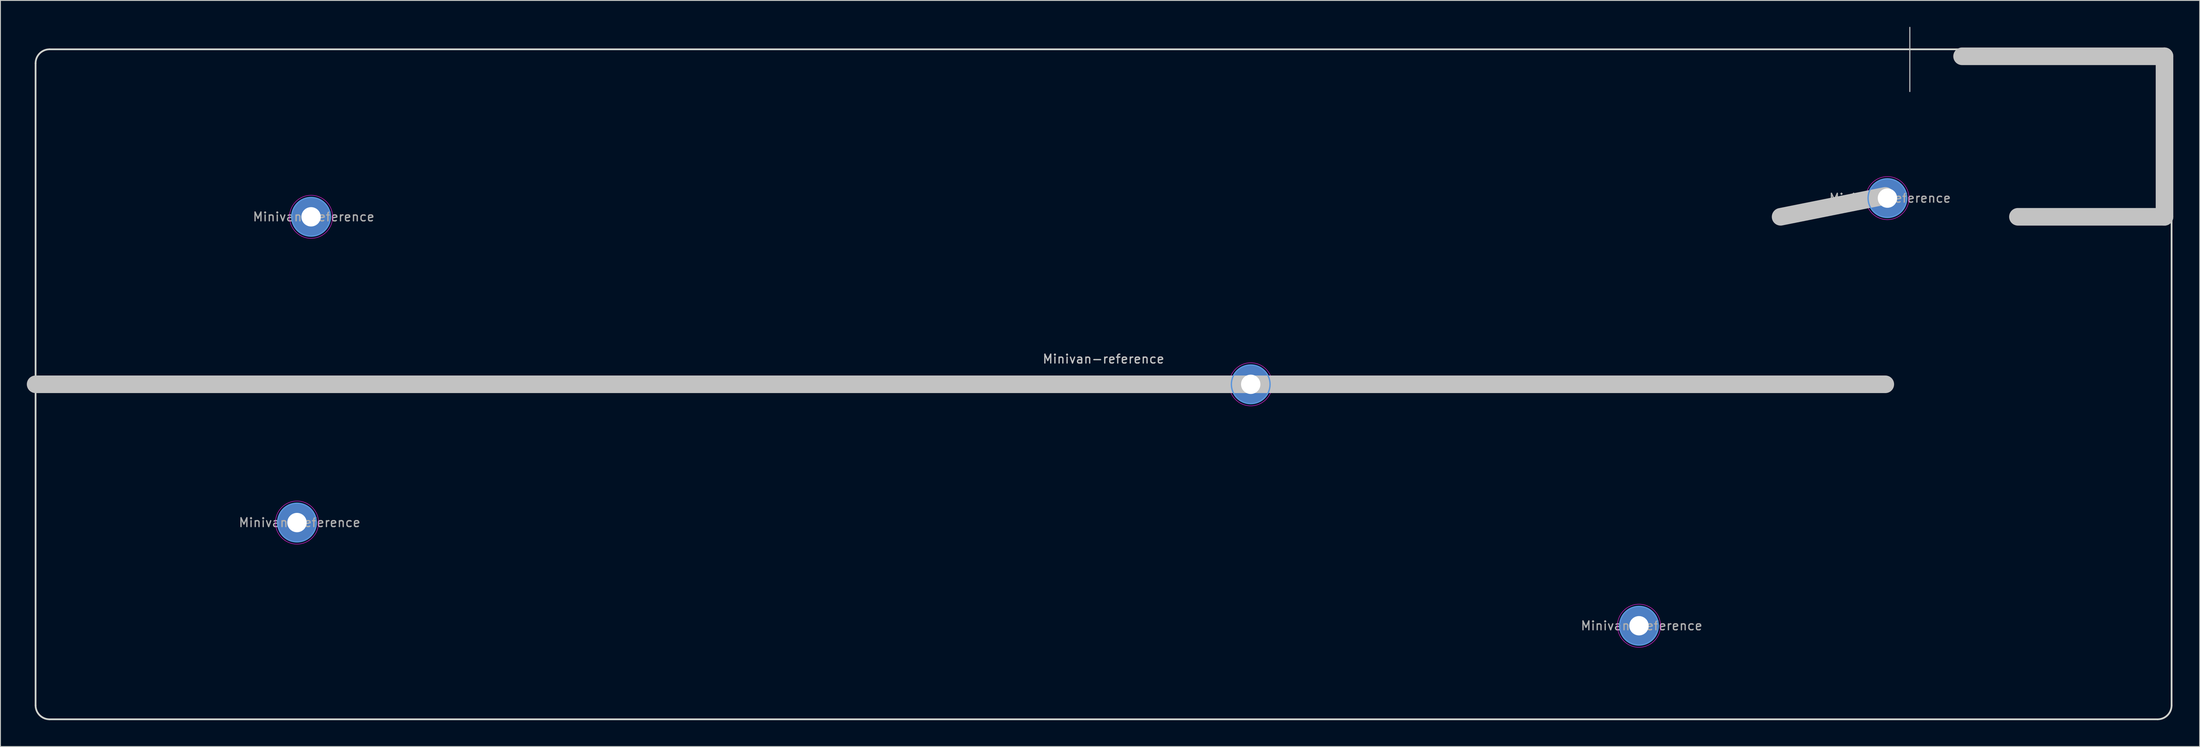
<source format=kicad_pcb>
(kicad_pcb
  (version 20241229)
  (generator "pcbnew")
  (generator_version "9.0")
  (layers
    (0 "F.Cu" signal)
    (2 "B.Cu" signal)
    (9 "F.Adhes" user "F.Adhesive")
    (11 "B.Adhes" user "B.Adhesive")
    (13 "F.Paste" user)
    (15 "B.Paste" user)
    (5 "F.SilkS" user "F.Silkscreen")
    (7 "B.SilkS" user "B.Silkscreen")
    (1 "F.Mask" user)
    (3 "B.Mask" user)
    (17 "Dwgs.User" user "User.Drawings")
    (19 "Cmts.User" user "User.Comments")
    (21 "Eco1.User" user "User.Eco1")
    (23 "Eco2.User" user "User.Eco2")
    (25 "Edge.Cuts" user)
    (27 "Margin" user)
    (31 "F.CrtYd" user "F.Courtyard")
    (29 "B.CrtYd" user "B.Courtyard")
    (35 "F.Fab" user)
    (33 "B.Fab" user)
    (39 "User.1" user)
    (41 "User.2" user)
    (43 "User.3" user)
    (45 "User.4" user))
  (footprint "Minivan-reference"
    (layer "F.Cu")
    (at 122.43 38.276)
    (property "Reference" "Minivan-reference" (at 0 -0.5 0) (unlocked yes) (layer "Dwgs.User") (effects (font (size 1 1) (thickness 0.15))))
    (fp_line (start -121.43 2.38) (end 88.9 2.38) (stroke (width 2) (type solid)) (layer "Dwgs.User"))
    (fp_line (start 76.995 -16.669) (end 88.9 -19.05) (stroke (width 2) (type solid)) (layer "Dwgs.User"))
    (fp_line (start 91.688 -38.216) (end 91.688 -30.916) (stroke (width 0.12) (type solid)) (layer "Dwgs.User"))
    (fp_line (start 120.648 -34.924) (end 97.631 -34.924) (stroke (width 2) (type solid)) (layer "Dwgs.User"))
    (fp_line (start 120.648 -16.669) (end 103.98 -16.669) (stroke (width 2) (type solid)) (layer "Dwgs.User"))
    (fp_line (start 120.648 -16.669) (end 120.648 -34.924) (stroke (width 2) (type solid)) (layer "Dwgs.User"))
    (fp_circle (center -91.709 18.106) (end -89.509 18.106) (stroke (width 0.15) (type solid)) (fill no) (layer "Cmts.User"))
    (fp_circle (center -90.109 -16.668) (end -87.909 -16.668) (stroke (width 0.15) (type solid)) (fill no) (layer "Cmts.User"))
    (fp_circle (center 16.741 2.382) (end 18.941 2.382) (stroke (width 0.15) (type solid)) (fill no) (layer "Cmts.User"))
    (fp_circle (center 60.891 29.841) (end 63.091 29.841) (stroke (width 0.15) (type solid)) (fill no) (layer "Cmts.User"))
    (fp_circle (center 89.141 -18.794) (end 91.341 -18.794) (stroke (width 0.15) (type solid)) (fill no) (layer "Cmts.User"))
    (fp_line (start -121.434 38.894) (end -121.434 -34.131) (stroke (width 0.2) (type solid)) (layer "Edge.Cuts"))
    (fp_line (start -119.847 -35.718) (end 119.866 -35.718) (stroke (width 0.2) (type solid)) (layer "Edge.Cuts"))
    (fp_line (start 119.866 40.482) (end -119.847 40.482) (stroke (width 0.2) (type solid)) (layer "Edge.Cuts"))
    (fp_line (start 121.453 -34.131) (end 121.453 38.894) (stroke (width 0.2) (type solid)) (layer "Edge.Cuts"))
    (fp_arc (start -121.4341 -34.1308) (mid -120.969132 -35.253332) (end -119.8466 -35.7183) (stroke (width 0.2) (type solid)) (layer "Edge.Cuts"))
    (fp_arc (start -119.8466 40.4817) (mid -120.969132 40.016732) (end -121.4341 38.8942) (stroke (width 0.2) (type solid)) (layer "Edge.Cuts"))
    (fp_arc (start 119.8659 -35.7183) (mid 120.988432 -35.253332) (end 121.4534 -34.1308) (stroke (width 0.2) (type solid)) (layer "Edge.Cuts"))
    (fp_arc (start 121.4534 38.8942) (mid 120.988432 40.016732) (end 119.8659 40.4817) (stroke (width 0.2) (type solid)) (layer "Edge.Cuts"))
    (fp_circle (center -91.709 18.106) (end -89.259 18.106) (stroke (width 0.05) (type solid)) (fill no) (layer "F.CrtYd"))
    (fp_circle (center -90.109 -16.668) (end -87.659 -16.668) (stroke (width 0.05) (type solid)) (fill no) (layer "F.CrtYd"))
    (fp_circle (center 16.741 2.382) (end 19.191 2.382) (stroke (width 0.05) (type solid)) (fill no) (layer "F.CrtYd"))
    (fp_circle (center 60.891 29.841) (end 63.341 29.841) (stroke (width 0.05) (type solid)) (fill no) (layer "F.CrtYd"))
    (fp_circle (center 89.141 -18.794) (end 91.591 -18.794) (stroke (width 0.05) (type solid)) (fill no) (layer "F.CrtYd"))
    (fp_text user "${REFERENCE}" (at -91.409 18.106 0) (layer "F.Fab") (effects (font (size 1 1) (thickness 0.15))))
    (fp_text user "${REFERENCE}" (at -89.809 -16.668 0) (layer "F.Fab") (effects (font (size 1 1) (thickness 0.15))))
    (fp_text user "${REFERENCE}" (at 61.191 29.841 0) (layer "F.Fab") (effects (font (size 1 1) (thickness 0.15))))
    (fp_text user "${REFERENCE}" (at 17.041 2.382 0) (layer "F.Fab") (effects (font (size 1 1) (thickness 0.15))))
    (fp_text user "${REFERENCE}" (at 0 2.5 0) (unlocked yes) (layer "F.Fab") (effects (font (size 1 1) (thickness 0.15))))
    (fp_text user "${REFERENCE}" (at 89.441 -18.794 0) (layer "F.Fab") (effects (font (size 1 1) (thickness 0.15))))
    (pad "1" thru_hole circle (at -91.709 18.106) (size 4.4 4.4) (drill 2.2) (layers "*.Cu" "*.Mask"))
    (pad "1" thru_hole circle (at -90.109 -16.668) (size 4.4 4.4) (drill 2.2) (layers "*.Cu" "*.Mask"))
    (pad "1" thru_hole circle (at 16.741 2.382) (size 4.4 4.4) (drill 2.2) (layers "*.Cu" "*.Mask"))
    (pad "1" thru_hole circle (at 60.891 29.841) (size 4.4 4.4) (drill 2.2) (layers "*.Cu" "*.Mask"))
    (pad "1" thru_hole circle (at 89.141 -18.794) (size 4.4 4.4) (drill 2.2) (layers "*.Cu" "*.Mask")))
  (gr_rect
    (start -3 -3)
    (end 247.078 81.858)
    (stroke (width 0.1) (type default))
    (fill no)
    (layer "Edge.Cuts")))
</source>
